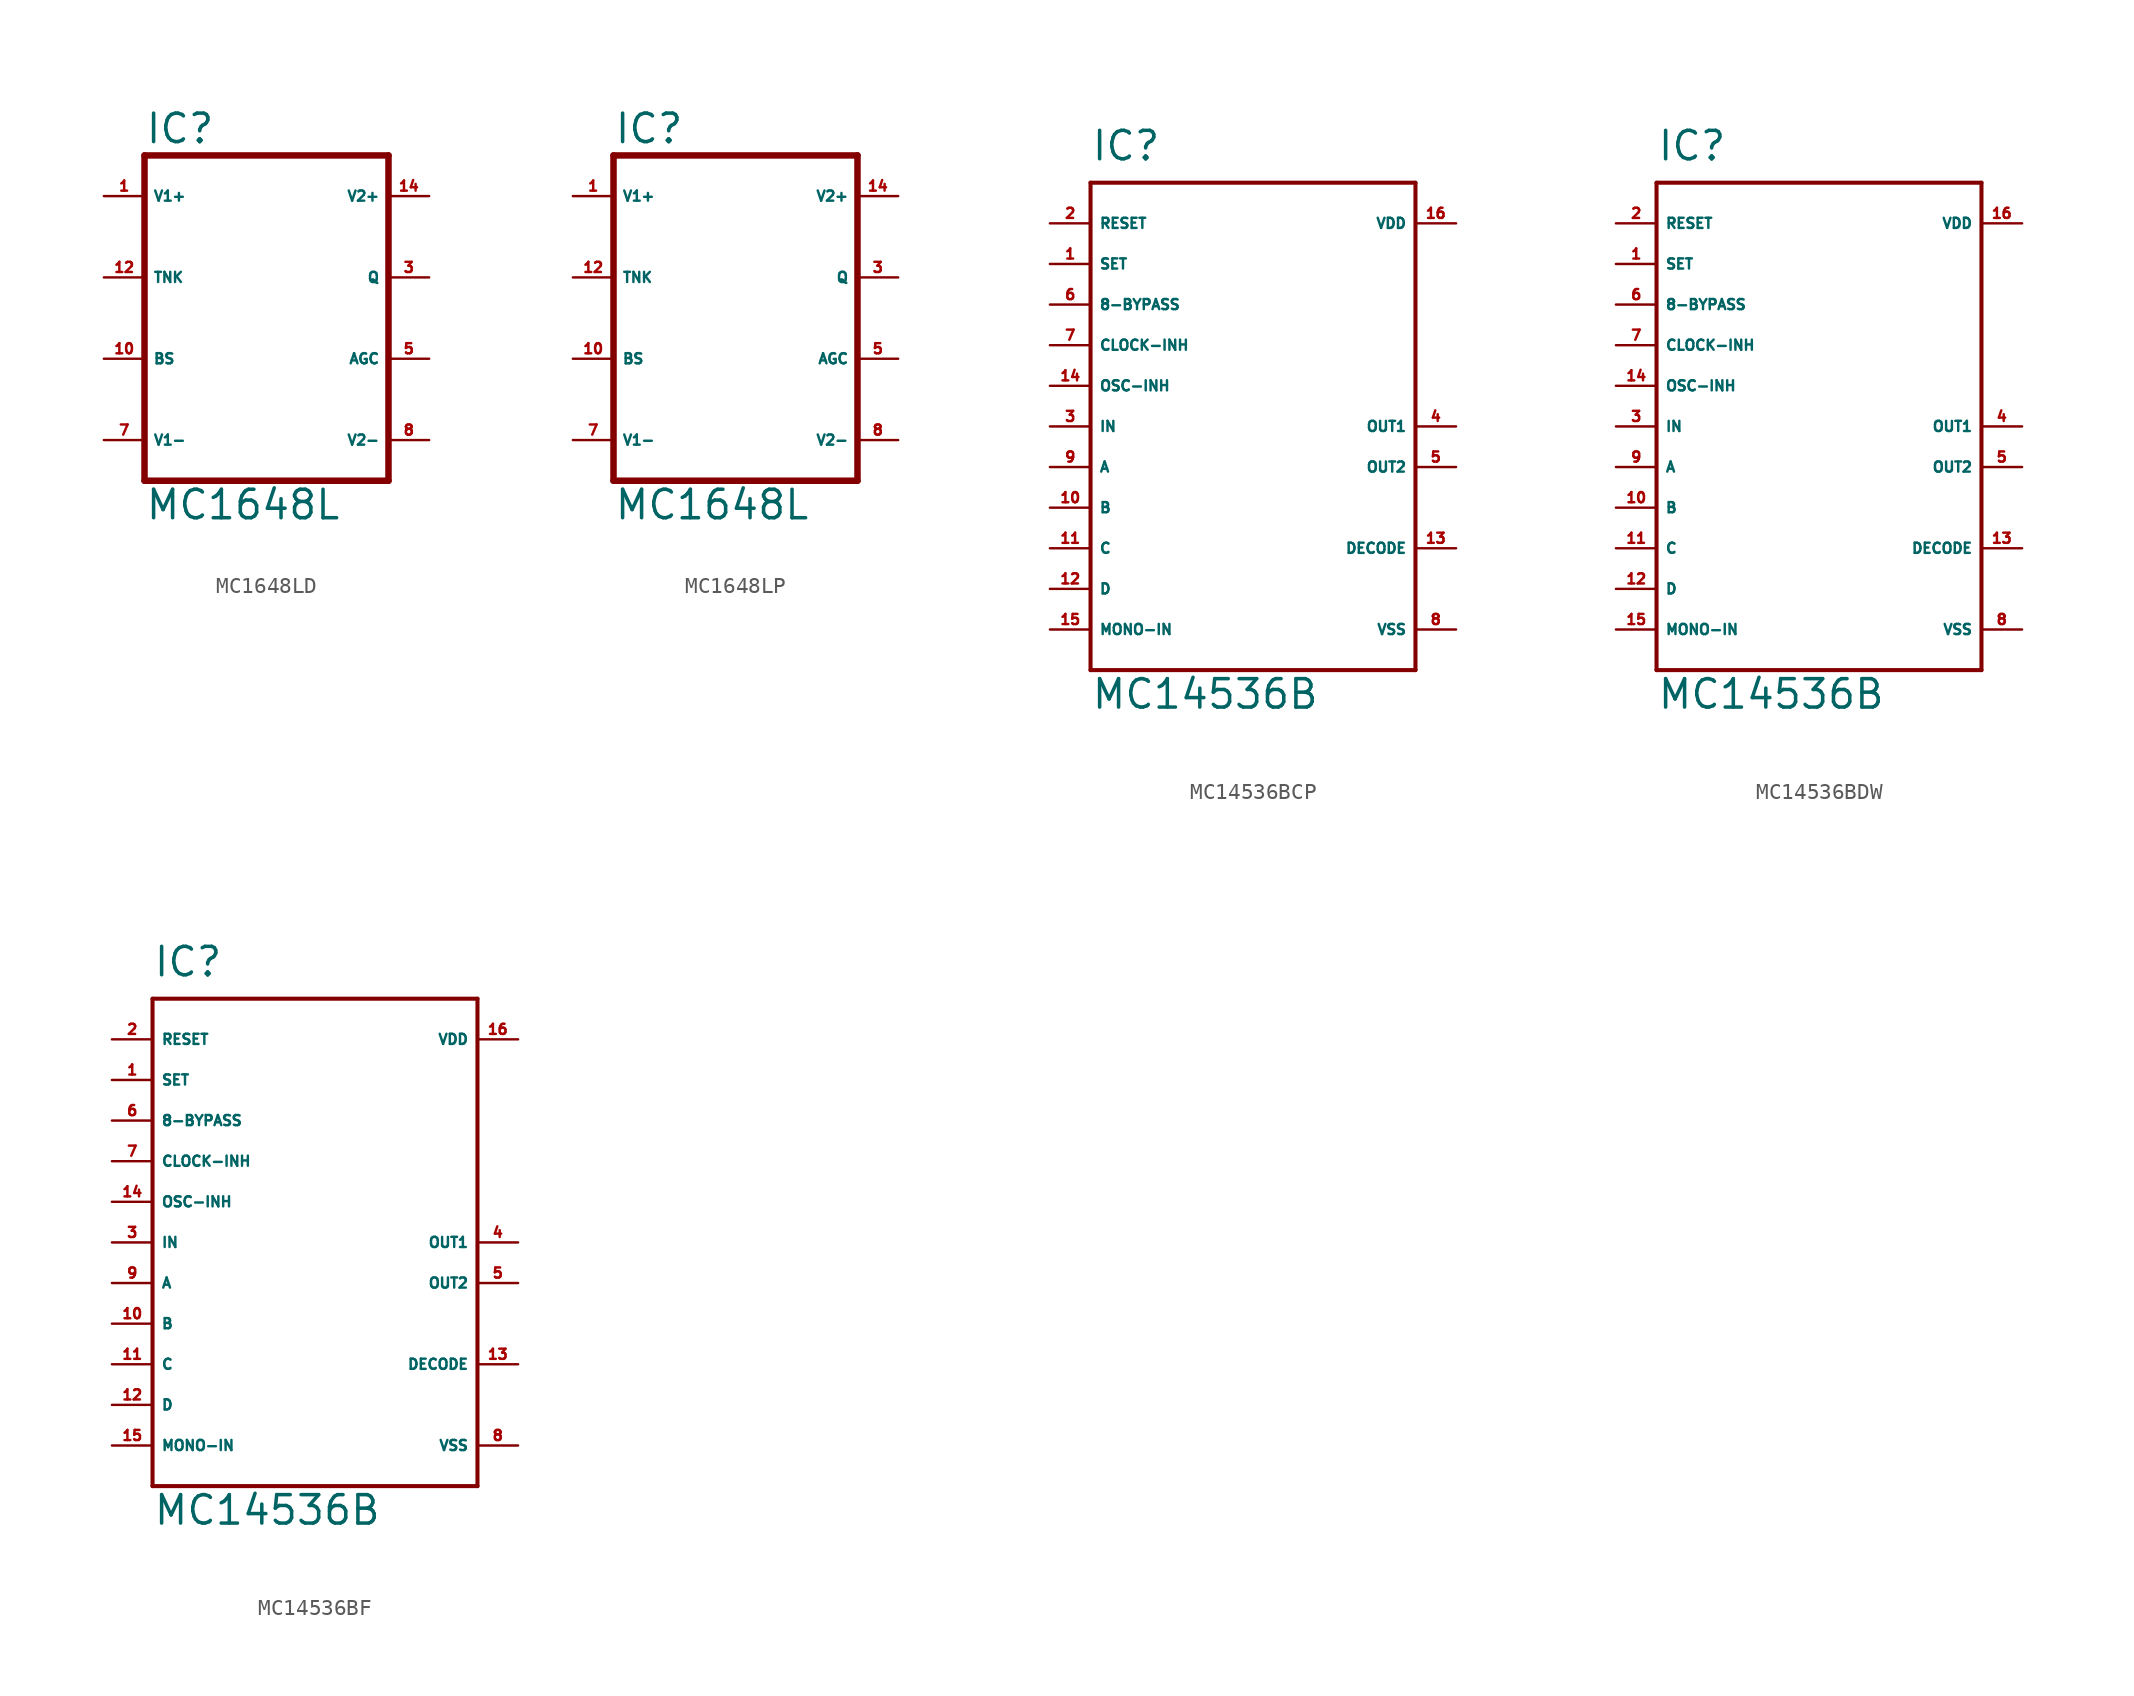
<source format=kicad_sym>
(kicad_symbol_lib
  (version 20220914)
  (generator Eagle2Kicad)
  (symbol "MC1648LD"
    (property "Reference" "IC"
      (at -7.62 10.795 0)
      (effects (font (size 1.778 1.778) (thickness 0.22)) (justify left bottom)))
    (property "Value" "MC1648L"
      (at -7.62 -12.7 0)
      (effects (font (size 1.778 1.778) (thickness 0.22)) (justify left bottom)))
    (polyline
      (pts (xy -7.62 -10.16) (xy 7.62 -10.16))
      (stroke (width 0.406) (type default))
      (fill (type none)))
    (polyline
      (pts (xy 7.62 -10.16) (xy 7.62 10.16))
      (stroke (width 0.406) (type default))
      (fill (type none)))
    (polyline
      (pts (xy 7.62 10.16) (xy -7.62 10.16))
      (stroke (width 0.406) (type default))
      (fill (type none)))
    (polyline
      (pts (xy -7.62 10.16) (xy -7.62 -10.16))
      (stroke (width 0.406) (type default))
      (fill (type none)))
    (pin output line
      (at 10.16 2.54 180)
      (length 2.54)
      (name "Q" (effects (font (size 0.635 0.635) (thickness 0.08)) (justify left bottom)))
      (number "3" (effects (font (size 0.635 0.635) (thickness 0.08)) (justify left bottom))))
    (pin input line
      (at -10.16 2.54 0)
      (length 2.54)
      (name "TNK" (effects (font (size 0.635 0.635) (thickness 0.08)) (justify left bottom)))
      (number "12" (effects (font (size 0.635 0.635) (thickness 0.08)) (justify left bottom))))
    (pin passive line
      (at 10.16 -2.54 180)
      (length 2.54)
      (name "AGC" (effects (font (size 0.635 0.635) (thickness 0.08)) (justify left bottom)))
      (number "5" (effects (font (size 0.635 0.635) (thickness 0.08)) (justify left bottom))))
    (pin input line
      (at -10.16 -2.54 0)
      (length 2.54)
      (name "BS" (effects (font (size 0.635 0.635) (thickness 0.08)) (justify left bottom)))
      (number "10" (effects (font (size 0.635 0.635) (thickness 0.08)) (justify left bottom))))
    (pin input line
      (at -10.16 7.62 0)
      (length 2.54)
      (name "V1+" (effects (font (size 0.635 0.635) (thickness 0.08)) (justify left bottom)))
      (number "1" (effects (font (size 0.635 0.635) (thickness 0.08)) (justify left bottom))))
    (pin input line
      (at 10.16 7.62 180)
      (length 2.54)
      (name "V2+" (effects (font (size 0.635 0.635) (thickness 0.08)) (justify left bottom)))
      (number "14" (effects (font (size 0.635 0.635) (thickness 0.08)) (justify left bottom))))
    (pin input line
      (at -10.16 -7.62 0)
      (length 2.54)
      (name "V1-" (effects (font (size 0.635 0.635) (thickness 0.08)) (justify left bottom)))
      (number "7" (effects (font (size 0.635 0.635) (thickness 0.08)) (justify left bottom))))
    (pin input line
      (at 10.16 -7.62 180)
      (length 2.54)
      (name "V2-" (effects (font (size 0.635 0.635) (thickness 0.08)) (justify left bottom)))
      (number "8" (effects (font (size 0.635 0.635) (thickness 0.08)) (justify left bottom)))))
  (symbol "MC1648LP"
    (property "Reference" "IC"
      (at -7.62 10.795 0)
      (effects (font (size 1.778 1.778) (thickness 0.22)) (justify left bottom)))
    (property "Value" "MC1648L"
      (at -7.62 -12.7 0)
      (effects (font (size 1.778 1.778) (thickness 0.22)) (justify left bottom)))
    (polyline
      (pts (xy -7.62 -10.16) (xy 7.62 -10.16))
      (stroke (width 0.406) (type default))
      (fill (type none)))
    (polyline
      (pts (xy 7.62 -10.16) (xy 7.62 10.16))
      (stroke (width 0.406) (type default))
      (fill (type none)))
    (polyline
      (pts (xy 7.62 10.16) (xy -7.62 10.16))
      (stroke (width 0.406) (type default))
      (fill (type none)))
    (polyline
      (pts (xy -7.62 10.16) (xy -7.62 -10.16))
      (stroke (width 0.406) (type default))
      (fill (type none)))
    (pin output line
      (at 10.16 2.54 180)
      (length 2.54)
      (name "Q" (effects (font (size 0.635 0.635) (thickness 0.08)) (justify left bottom)))
      (number "3" (effects (font (size 0.635 0.635) (thickness 0.08)) (justify left bottom))))
    (pin input line
      (at -10.16 2.54 0)
      (length 2.54)
      (name "TNK" (effects (font (size 0.635 0.635) (thickness 0.08)) (justify left bottom)))
      (number "12" (effects (font (size 0.635 0.635) (thickness 0.08)) (justify left bottom))))
    (pin passive line
      (at 10.16 -2.54 180)
      (length 2.54)
      (name "AGC" (effects (font (size 0.635 0.635) (thickness 0.08)) (justify left bottom)))
      (number "5" (effects (font (size 0.635 0.635) (thickness 0.08)) (justify left bottom))))
    (pin input line
      (at -10.16 -2.54 0)
      (length 2.54)
      (name "BS" (effects (font (size 0.635 0.635) (thickness 0.08)) (justify left bottom)))
      (number "10" (effects (font (size 0.635 0.635) (thickness 0.08)) (justify left bottom))))
    (pin input line
      (at -10.16 7.62 0)
      (length 2.54)
      (name "V1+" (effects (font (size 0.635 0.635) (thickness 0.08)) (justify left bottom)))
      (number "1" (effects (font (size 0.635 0.635) (thickness 0.08)) (justify left bottom))))
    (pin input line
      (at 10.16 7.62 180)
      (length 2.54)
      (name "V2+" (effects (font (size 0.635 0.635) (thickness 0.08)) (justify left bottom)))
      (number "14" (effects (font (size 0.635 0.635) (thickness 0.08)) (justify left bottom))))
    (pin input line
      (at -10.16 -7.62 0)
      (length 2.54)
      (name "V1-" (effects (font (size 0.635 0.635) (thickness 0.08)) (justify left bottom)))
      (number "7" (effects (font (size 0.635 0.635) (thickness 0.08)) (justify left bottom))))
    (pin input line
      (at 10.16 -7.62 180)
      (length 2.54)
      (name "V2-" (effects (font (size 0.635 0.635) (thickness 0.08)) (justify left bottom)))
      (number "8" (effects (font (size 0.635 0.635) (thickness 0.08)) (justify left bottom)))))
  (symbol "MC14536BCP"
    (property "Reference" "IC"
      (at -10.16 16.51 0)
      (effects (font (size 1.778 1.778) (thickness 0.22)) (justify left bottom)))
    (property "Value" "MC14536B"
      (at -10.16 -17.78 0)
      (effects (font (size 1.778 1.778) (thickness 0.22)) (justify left bottom)))
    (polyline
      (pts (xy -10.16 15.24) (xy 10.16 15.24))
      (stroke (width 0.254) (type default))
      (fill (type none)))
    (polyline
      (pts (xy 10.16 15.24) (xy 10.16 -15.24))
      (stroke (width 0.254) (type default))
      (fill (type none)))
    (polyline
      (pts (xy 10.16 -15.24) (xy -10.16 -15.24))
      (stroke (width 0.254) (type default))
      (fill (type none)))
    (polyline
      (pts (xy -10.16 -15.24) (xy -10.16 15.24))
      (stroke (width 0.254) (type default))
      (fill (type none)))
    (pin input line
      (at -12.7 12.7 0)
      (length 2.54)
      (name "RESET" (effects (font (size 0.635 0.635) (thickness 0.08)) (justify left bottom)))
      (number "2" (effects (font (size 0.635 0.635) (thickness 0.08)) (justify left bottom))))
    (pin input line
      (at -12.7 10.16 0)
      (length 2.54)
      (name "SET" (effects (font (size 0.635 0.635) (thickness 0.08)) (justify left bottom)))
      (number "1" (effects (font (size 0.635 0.635) (thickness 0.08)) (justify left bottom))))
    (pin input line
      (at -12.7 7.62 0)
      (length 2.54)
      (name "8-BYPASS" (effects (font (size 0.635 0.635) (thickness 0.08)) (justify left bottom)))
      (number "6" (effects (font (size 0.635 0.635) (thickness 0.08)) (justify left bottom))))
    (pin input line
      (at -12.7 0 0)
      (length 2.54)
      (name "IN" (effects (font (size 0.635 0.635) (thickness 0.08)) (justify left bottom)))
      (number "3" (effects (font (size 0.635 0.635) (thickness 0.08)) (justify left bottom))))
    (pin input line
      (at -12.7 2.54 0)
      (length 2.54)
      (name "OSC-INH" (effects (font (size 0.635 0.635) (thickness 0.08)) (justify left bottom)))
      (number "14" (effects (font (size 0.635 0.635) (thickness 0.08)) (justify left bottom))))
    (pin input line
      (at -12.7 5.08 0)
      (length 2.54)
      (name "CLOCK-INH" (effects (font (size 0.635 0.635) (thickness 0.08)) (justify left bottom)))
      (number "7" (effects (font (size 0.635 0.635) (thickness 0.08)) (justify left bottom))))
    (pin input line
      (at -12.7 -12.7 0)
      (length 2.54)
      (name "MONO-IN" (effects (font (size 0.635 0.635) (thickness 0.08)) (justify left bottom)))
      (number "15" (effects (font (size 0.635 0.635) (thickness 0.08)) (justify left bottom))))
    (pin output line
      (at 12.7 -7.62 180)
      (length 2.54)
      (name "DECODE" (effects (font (size 0.635 0.635) (thickness 0.08)) (justify left bottom)))
      (number "13" (effects (font (size 0.635 0.635) (thickness 0.08)) (justify left bottom))))
    (pin input line
      (at -12.7 -2.54 0)
      (length 2.54)
      (name "A" (effects (font (size 0.635 0.635) (thickness 0.08)) (justify left bottom)))
      (number "9" (effects (font (size 0.635 0.635) (thickness 0.08)) (justify left bottom))))
    (pin input line
      (at -12.7 -5.08 0)
      (length 2.54)
      (name "B" (effects (font (size 0.635 0.635) (thickness 0.08)) (justify left bottom)))
      (number "10" (effects (font (size 0.635 0.635) (thickness 0.08)) (justify left bottom))))
    (pin input line
      (at -12.7 -7.62 0)
      (length 2.54)
      (name "C" (effects (font (size 0.635 0.635) (thickness 0.08)) (justify left bottom)))
      (number "11" (effects (font (size 0.635 0.635) (thickness 0.08)) (justify left bottom))))
    (pin input line
      (at -12.7 -10.16 0)
      (length 2.54)
      (name "D" (effects (font (size 0.635 0.635) (thickness 0.08)) (justify left bottom)))
      (number "12" (effects (font (size 0.635 0.635) (thickness 0.08)) (justify left bottom))))
    (pin output line
      (at 12.7 0 180)
      (length 2.54)
      (name "OUT1" (effects (font (size 0.635 0.635) (thickness 0.08)) (justify left bottom)))
      (number "4" (effects (font (size 0.635 0.635) (thickness 0.08)) (justify left bottom))))
    (pin output line
      (at 12.7 -2.54 180)
      (length 2.54)
      (name "OUT2" (effects (font (size 0.635 0.635) (thickness 0.08)) (justify left bottom)))
      (number "5" (effects (font (size 0.635 0.635) (thickness 0.08)) (justify left bottom))))
    (pin unspecified line
      (at 12.7 12.7 180)
      (length 2.54)
      (name "VDD" (effects (font (size 0.635 0.635) (thickness 0.08)) (justify left bottom)))
      (number "16" (effects (font (size 0.635 0.635) (thickness 0.08)) (justify left bottom))))
    (pin unspecified line
      (at 12.7 -12.7 180)
      (length 2.54)
      (name "VSS" (effects (font (size 0.635 0.635) (thickness 0.08)) (justify left bottom)))
      (number "8" (effects (font (size 0.635 0.635) (thickness 0.08)) (justify left bottom)))))
  (symbol "MC14536BDW"
    (property "Reference" "IC"
      (at -10.16 16.51 0)
      (effects (font (size 1.778 1.778) (thickness 0.22)) (justify left bottom)))
    (property "Value" "MC14536B"
      (at -10.16 -17.78 0)
      (effects (font (size 1.778 1.778) (thickness 0.22)) (justify left bottom)))
    (polyline
      (pts (xy -10.16 15.24) (xy 10.16 15.24))
      (stroke (width 0.254) (type default))
      (fill (type none)))
    (polyline
      (pts (xy 10.16 15.24) (xy 10.16 -15.24))
      (stroke (width 0.254) (type default))
      (fill (type none)))
    (polyline
      (pts (xy 10.16 -15.24) (xy -10.16 -15.24))
      (stroke (width 0.254) (type default))
      (fill (type none)))
    (polyline
      (pts (xy -10.16 -15.24) (xy -10.16 15.24))
      (stroke (width 0.254) (type default))
      (fill (type none)))
    (pin input line
      (at -12.7 12.7 0)
      (length 2.54)
      (name "RESET" (effects (font (size 0.635 0.635) (thickness 0.08)) (justify left bottom)))
      (number "2" (effects (font (size 0.635 0.635) (thickness 0.08)) (justify left bottom))))
    (pin input line
      (at -12.7 10.16 0)
      (length 2.54)
      (name "SET" (effects (font (size 0.635 0.635) (thickness 0.08)) (justify left bottom)))
      (number "1" (effects (font (size 0.635 0.635) (thickness 0.08)) (justify left bottom))))
    (pin input line
      (at -12.7 7.62 0)
      (length 2.54)
      (name "8-BYPASS" (effects (font (size 0.635 0.635) (thickness 0.08)) (justify left bottom)))
      (number "6" (effects (font (size 0.635 0.635) (thickness 0.08)) (justify left bottom))))
    (pin input line
      (at -12.7 0 0)
      (length 2.54)
      (name "IN" (effects (font (size 0.635 0.635) (thickness 0.08)) (justify left bottom)))
      (number "3" (effects (font (size 0.635 0.635) (thickness 0.08)) (justify left bottom))))
    (pin input line
      (at -12.7 2.54 0)
      (length 2.54)
      (name "OSC-INH" (effects (font (size 0.635 0.635) (thickness 0.08)) (justify left bottom)))
      (number "14" (effects (font (size 0.635 0.635) (thickness 0.08)) (justify left bottom))))
    (pin input line
      (at -12.7 5.08 0)
      (length 2.54)
      (name "CLOCK-INH" (effects (font (size 0.635 0.635) (thickness 0.08)) (justify left bottom)))
      (number "7" (effects (font (size 0.635 0.635) (thickness 0.08)) (justify left bottom))))
    (pin input line
      (at -12.7 -12.7 0)
      (length 2.54)
      (name "MONO-IN" (effects (font (size 0.635 0.635) (thickness 0.08)) (justify left bottom)))
      (number "15" (effects (font (size 0.635 0.635) (thickness 0.08)) (justify left bottom))))
    (pin output line
      (at 12.7 -7.62 180)
      (length 2.54)
      (name "DECODE" (effects (font (size 0.635 0.635) (thickness 0.08)) (justify left bottom)))
      (number "13" (effects (font (size 0.635 0.635) (thickness 0.08)) (justify left bottom))))
    (pin input line
      (at -12.7 -2.54 0)
      (length 2.54)
      (name "A" (effects (font (size 0.635 0.635) (thickness 0.08)) (justify left bottom)))
      (number "9" (effects (font (size 0.635 0.635) (thickness 0.08)) (justify left bottom))))
    (pin input line
      (at -12.7 -5.08 0)
      (length 2.54)
      (name "B" (effects (font (size 0.635 0.635) (thickness 0.08)) (justify left bottom)))
      (number "10" (effects (font (size 0.635 0.635) (thickness 0.08)) (justify left bottom))))
    (pin input line
      (at -12.7 -7.62 0)
      (length 2.54)
      (name "C" (effects (font (size 0.635 0.635) (thickness 0.08)) (justify left bottom)))
      (number "11" (effects (font (size 0.635 0.635) (thickness 0.08)) (justify left bottom))))
    (pin input line
      (at -12.7 -10.16 0)
      (length 2.54)
      (name "D" (effects (font (size 0.635 0.635) (thickness 0.08)) (justify left bottom)))
      (number "12" (effects (font (size 0.635 0.635) (thickness 0.08)) (justify left bottom))))
    (pin output line
      (at 12.7 0 180)
      (length 2.54)
      (name "OUT1" (effects (font (size 0.635 0.635) (thickness 0.08)) (justify left bottom)))
      (number "4" (effects (font (size 0.635 0.635) (thickness 0.08)) (justify left bottom))))
    (pin output line
      (at 12.7 -2.54 180)
      (length 2.54)
      (name "OUT2" (effects (font (size 0.635 0.635) (thickness 0.08)) (justify left bottom)))
      (number "5" (effects (font (size 0.635 0.635) (thickness 0.08)) (justify left bottom))))
    (pin unspecified line
      (at 12.7 12.7 180)
      (length 2.54)
      (name "VDD" (effects (font (size 0.635 0.635) (thickness 0.08)) (justify left bottom)))
      (number "16" (effects (font (size 0.635 0.635) (thickness 0.08)) (justify left bottom))))
    (pin unspecified line
      (at 12.7 -12.7 180)
      (length 2.54)
      (name "VSS" (effects (font (size 0.635 0.635) (thickness 0.08)) (justify left bottom)))
      (number "8" (effects (font (size 0.635 0.635) (thickness 0.08)) (justify left bottom)))))
  (symbol "MC14536BF"
    (property "Reference" "IC"
      (at -10.16 16.51 0)
      (effects (font (size 1.778 1.778) (thickness 0.22)) (justify left bottom)))
    (property "Value" "MC14536B"
      (at -10.16 -17.78 0)
      (effects (font (size 1.778 1.778) (thickness 0.22)) (justify left bottom)))
    (polyline
      (pts (xy -10.16 15.24) (xy 10.16 15.24))
      (stroke (width 0.254) (type default))
      (fill (type none)))
    (polyline
      (pts (xy 10.16 15.24) (xy 10.16 -15.24))
      (stroke (width 0.254) (type default))
      (fill (type none)))
    (polyline
      (pts (xy 10.16 -15.24) (xy -10.16 -15.24))
      (stroke (width 0.254) (type default))
      (fill (type none)))
    (polyline
      (pts (xy -10.16 -15.24) (xy -10.16 15.24))
      (stroke (width 0.254) (type default))
      (fill (type none)))
    (pin input line
      (at -12.7 12.7 0)
      (length 2.54)
      (name "RESET" (effects (font (size 0.635 0.635) (thickness 0.08)) (justify left bottom)))
      (number "2" (effects (font (size 0.635 0.635) (thickness 0.08)) (justify left bottom))))
    (pin input line
      (at -12.7 10.16 0)
      (length 2.54)
      (name "SET" (effects (font (size 0.635 0.635) (thickness 0.08)) (justify left bottom)))
      (number "1" (effects (font (size 0.635 0.635) (thickness 0.08)) (justify left bottom))))
    (pin input line
      (at -12.7 7.62 0)
      (length 2.54)
      (name "8-BYPASS" (effects (font (size 0.635 0.635) (thickness 0.08)) (justify left bottom)))
      (number "6" (effects (font (size 0.635 0.635) (thickness 0.08)) (justify left bottom))))
    (pin input line
      (at -12.7 0 0)
      (length 2.54)
      (name "IN" (effects (font (size 0.635 0.635) (thickness 0.08)) (justify left bottom)))
      (number "3" (effects (font (size 0.635 0.635) (thickness 0.08)) (justify left bottom))))
    (pin input line
      (at -12.7 2.54 0)
      (length 2.54)
      (name "OSC-INH" (effects (font (size 0.635 0.635) (thickness 0.08)) (justify left bottom)))
      (number "14" (effects (font (size 0.635 0.635) (thickness 0.08)) (justify left bottom))))
    (pin input line
      (at -12.7 5.08 0)
      (length 2.54)
      (name "CLOCK-INH" (effects (font (size 0.635 0.635) (thickness 0.08)) (justify left bottom)))
      (number "7" (effects (font (size 0.635 0.635) (thickness 0.08)) (justify left bottom))))
    (pin input line
      (at -12.7 -12.7 0)
      (length 2.54)
      (name "MONO-IN" (effects (font (size 0.635 0.635) (thickness 0.08)) (justify left bottom)))
      (number "15" (effects (font (size 0.635 0.635) (thickness 0.08)) (justify left bottom))))
    (pin output line
      (at 12.7 -7.62 180)
      (length 2.54)
      (name "DECODE" (effects (font (size 0.635 0.635) (thickness 0.08)) (justify left bottom)))
      (number "13" (effects (font (size 0.635 0.635) (thickness 0.08)) (justify left bottom))))
    (pin input line
      (at -12.7 -2.54 0)
      (length 2.54)
      (name "A" (effects (font (size 0.635 0.635) (thickness 0.08)) (justify left bottom)))
      (number "9" (effects (font (size 0.635 0.635) (thickness 0.08)) (justify left bottom))))
    (pin input line
      (at -12.7 -5.08 0)
      (length 2.54)
      (name "B" (effects (font (size 0.635 0.635) (thickness 0.08)) (justify left bottom)))
      (number "10" (effects (font (size 0.635 0.635) (thickness 0.08)) (justify left bottom))))
    (pin input line
      (at -12.7 -7.62 0)
      (length 2.54)
      (name "C" (effects (font (size 0.635 0.635) (thickness 0.08)) (justify left bottom)))
      (number "11" (effects (font (size 0.635 0.635) (thickness 0.08)) (justify left bottom))))
    (pin input line
      (at -12.7 -10.16 0)
      (length 2.54)
      (name "D" (effects (font (size 0.635 0.635) (thickness 0.08)) (justify left bottom)))
      (number "12" (effects (font (size 0.635 0.635) (thickness 0.08)) (justify left bottom))))
    (pin output line
      (at 12.7 0 180)
      (length 2.54)
      (name "OUT1" (effects (font (size 0.635 0.635) (thickness 0.08)) (justify left bottom)))
      (number "4" (effects (font (size 0.635 0.635) (thickness 0.08)) (justify left bottom))))
    (pin output line
      (at 12.7 -2.54 180)
      (length 2.54)
      (name "OUT2" (effects (font (size 0.635 0.635) (thickness 0.08)) (justify left bottom)))
      (number "5" (effects (font (size 0.635 0.635) (thickness 0.08)) (justify left bottom))))
    (pin unspecified line
      (at 12.7 12.7 180)
      (length 2.54)
      (name "VDD" (effects (font (size 0.635 0.635) (thickness 0.08)) (justify left bottom)))
      (number "16" (effects (font (size 0.635 0.635) (thickness 0.08)) (justify left bottom))))
    (pin unspecified line
      (at 12.7 -12.7 180)
      (length 2.54)
      (name "VSS" (effects (font (size 0.635 0.635) (thickness 0.08)) (justify left bottom)))
      (number "8" (effects (font (size 0.635 0.635) (thickness 0.08)) (justify left bottom))))))
</source>
